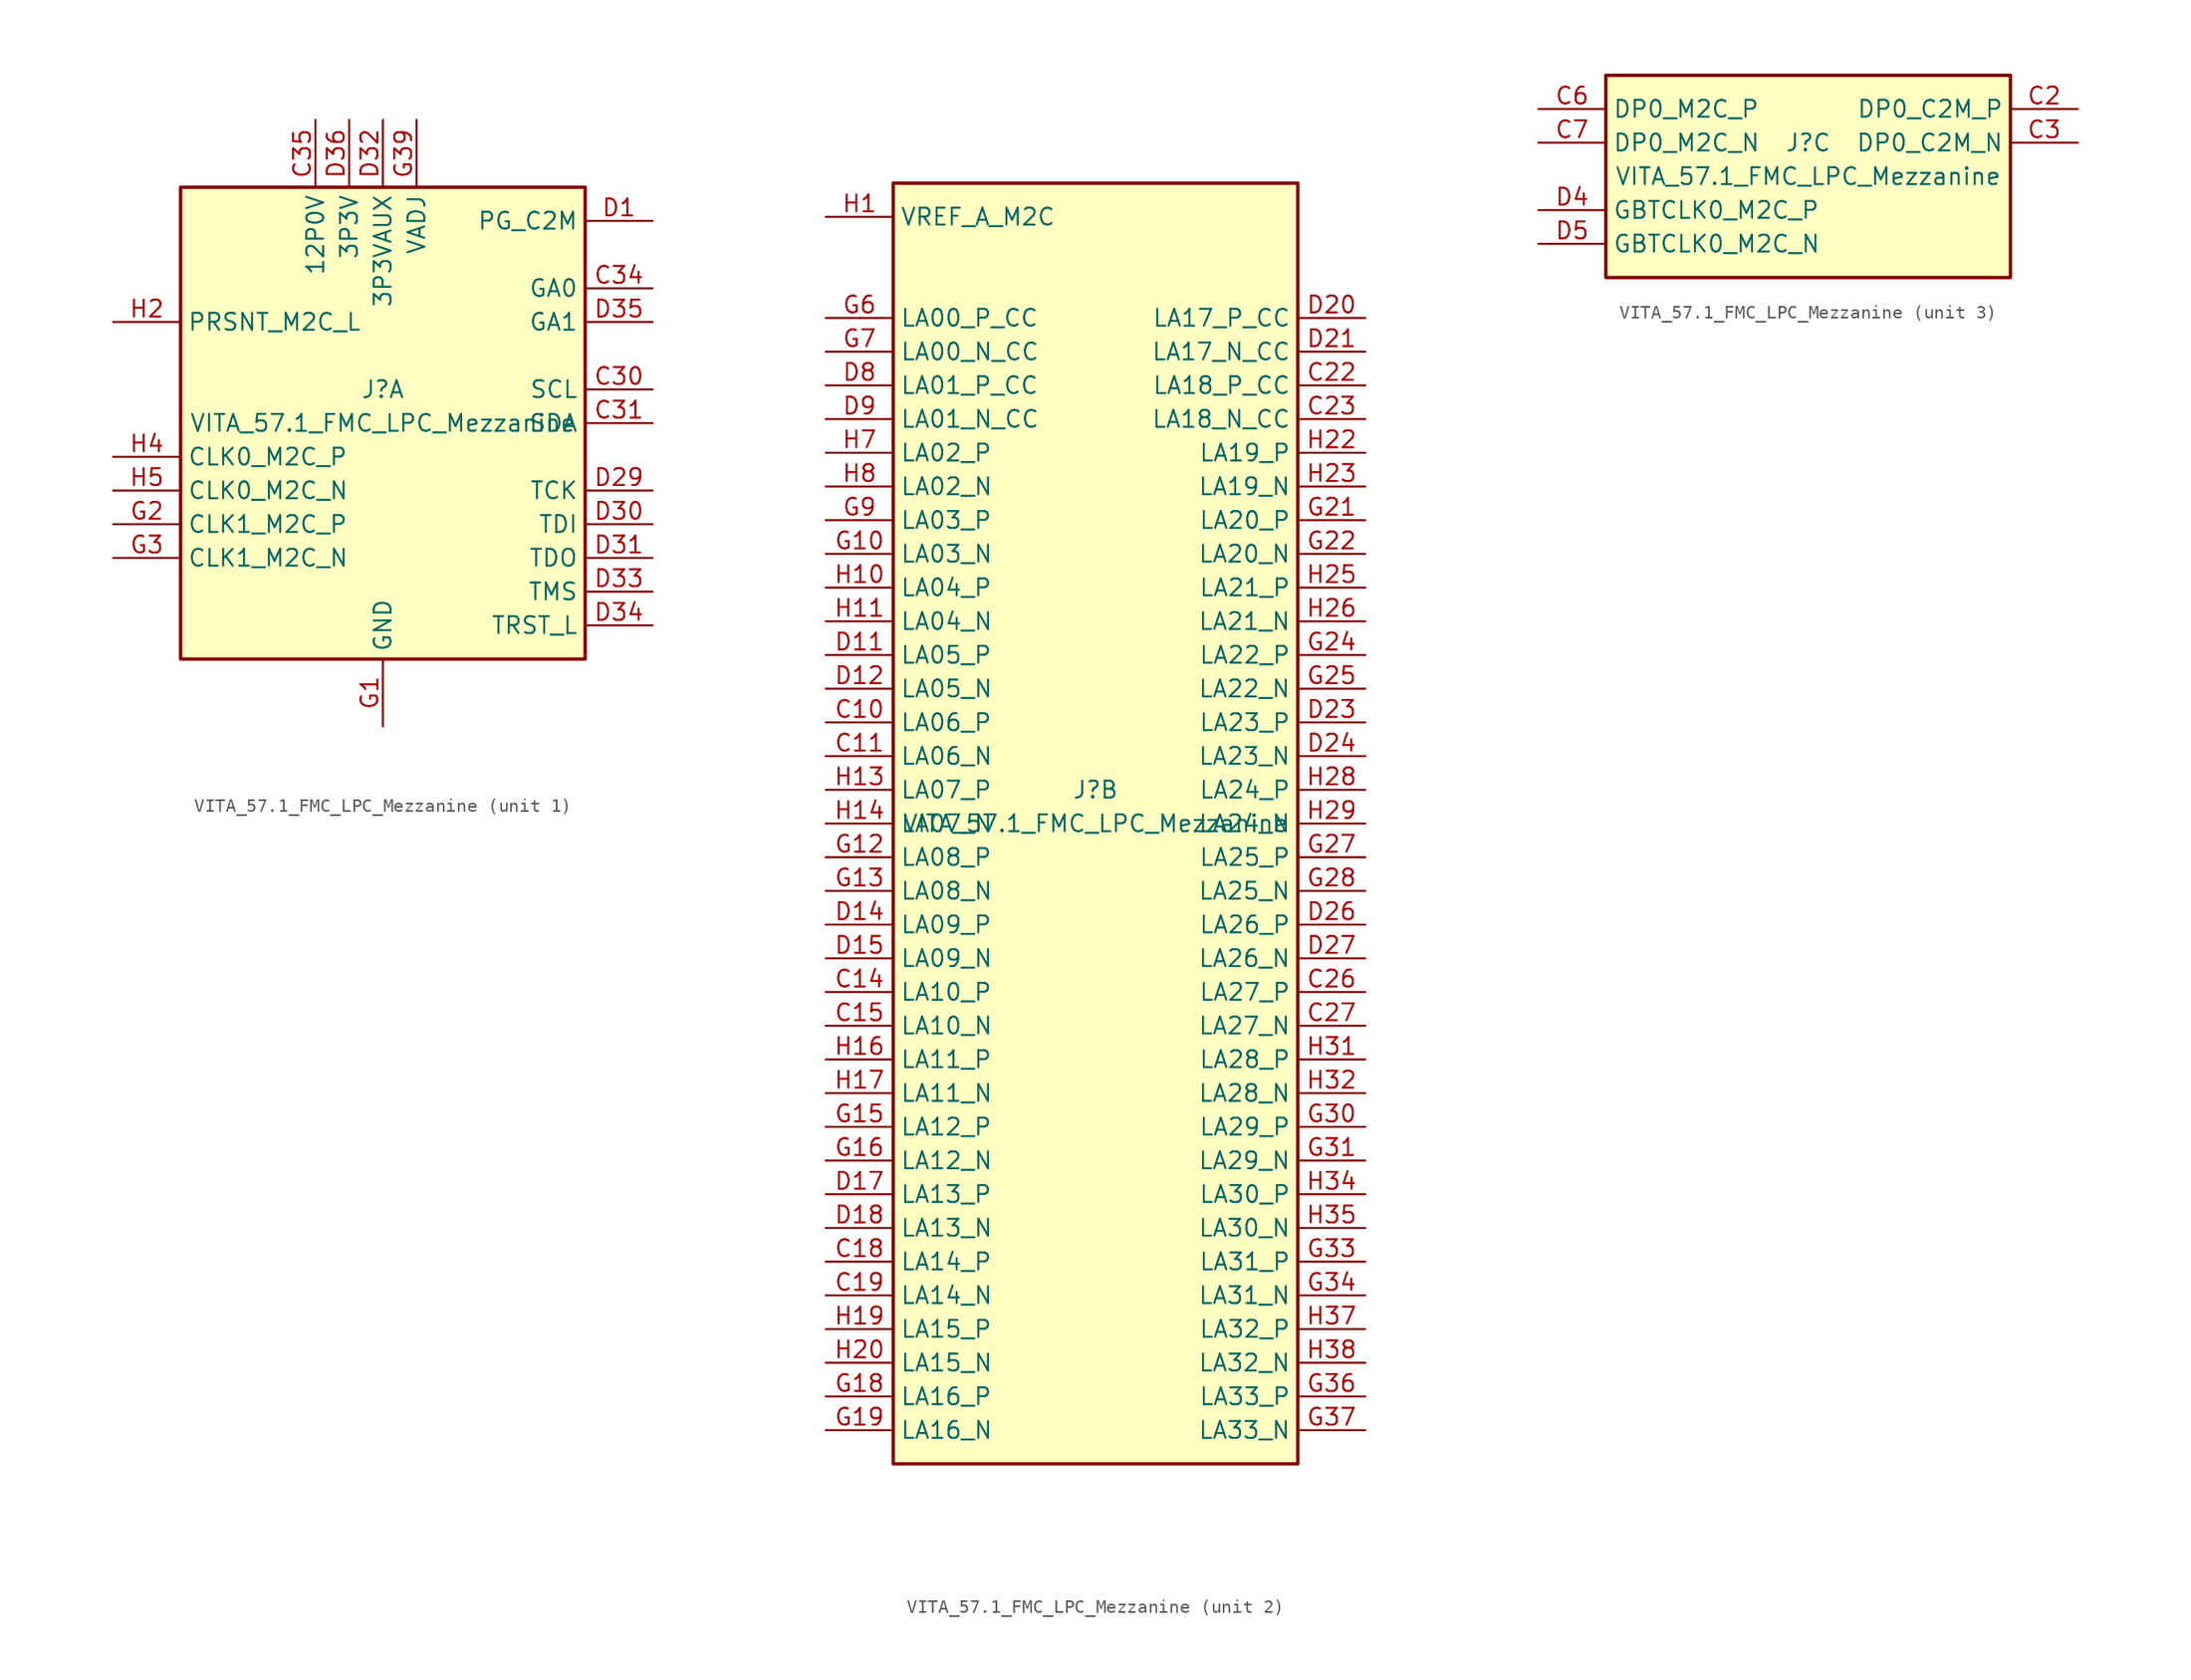
<source format=kicad_sym>
(kicad_symbol_lib
  (version 20231120)
  (generator "kicad_symbol_editor")
  (generator_version "8.0")
  (symbol "VITA_57.1_FMC_LPC_Mezzanine"
    (property "Reference" "J"
      (at 0 2.54 0)
      (effects (font (size 1.27 1.27))))
    (property "Value" "VITA_57.1_FMC_LPC_Mezzanine"
      (at 0 0 0)
      (effects (font (size 1.27 1.27))))
    (property "ki_locked" ""
      (at 0 0 0)
      (effects (font (size 1.27 1.27))))
    (symbol "VITA_57.1_FMC_LPC_Mezzanine_1_1"
      (rectangle (start -15.24 -17.78) (end 15.24 17.78) (stroke (width 0.254) (type solid)) (fill (type background)))
      (pin passive line (at 0 -22.86 90) (length 5.08) hide (name "GND" (effects (font (size 1.27 1.27)))) (number "C1" (effects (font (size 1.27 1.27)))))
      (pin passive line (at 0 -22.86 90) (length 5.08) hide (name "GND" (effects (font (size 1.27 1.27)))) (number "C12" (effects (font (size 1.27 1.27)))))
      (pin passive line (at 0 -22.86 90) (length 5.08) hide (name "GND" (effects (font (size 1.27 1.27)))) (number "C13" (effects (font (size 1.27 1.27)))))
      (pin passive line (at 0 -22.86 90) (length 5.08) hide (name "GND" (effects (font (size 1.27 1.27)))) (number "C16" (effects (font (size 1.27 1.27)))))
      (pin passive line (at 0 -22.86 90) (length 5.08) hide (name "GND" (effects (font (size 1.27 1.27)))) (number "C17" (effects (font (size 1.27 1.27)))))
      (pin passive line (at 0 -22.86 90) (length 5.08) hide (name "GND" (effects (font (size 1.27 1.27)))) (number "C20" (effects (font (size 1.27 1.27)))))
      (pin passive line (at 0 -22.86 90) (length 5.08) hide (name "GND" (effects (font (size 1.27 1.27)))) (number "C21" (effects (font (size 1.27 1.27)))))
      (pin passive line (at 0 -22.86 90) (length 5.08) hide (name "GND" (effects (font (size 1.27 1.27)))) (number "C24" (effects (font (size 1.27 1.27)))))
      (pin passive line (at 0 -22.86 90) (length 5.08) hide (name "GND" (effects (font (size 1.27 1.27)))) (number "C25" (effects (font (size 1.27 1.27)))))
      (pin passive line (at 0 -22.86 90) (length 5.08) hide (name "GND" (effects (font (size 1.27 1.27)))) (number "C28" (effects (font (size 1.27 1.27)))))
      (pin passive line (at 0 -22.86 90) (length 5.08) hide (name "GND" (effects (font (size 1.27 1.27)))) (number "C29" (effects (font (size 1.27 1.27)))))
      (pin bidirectional line (at 20.32 2.54 180) (length 5.08) (name "SCL" (effects (font (size 1.27 1.27)))) (number "C30" (effects (font (size 1.27 1.27)))))
      (pin bidirectional line (at 20.32 0 180) (length 5.08) (name "SDA" (effects (font (size 1.27 1.27)))) (number "C31" (effects (font (size 1.27 1.27)))))
      (pin passive line (at 0 -22.86 90) (length 5.08) hide (name "GND" (effects (font (size 1.27 1.27)))) (number "C32" (effects (font (size 1.27 1.27)))))
      (pin passive line (at 0 -22.86 90) (length 5.08) hide (name "GND" (effects (font (size 1.27 1.27)))) (number "C33" (effects (font (size 1.27 1.27)))))
      (pin output line (at 20.32 10.16 180) (length 5.08) (name "GA0" (effects (font (size 1.27 1.27)))) (number "C34" (effects (font (size 1.27 1.27)))))
      (pin power_out line (at -5.08 22.86 270) (length 5.08) (name "12P0V" (effects (font (size 1.27 1.27)))) (number "C35" (effects (font (size 1.27 1.27)))))
      (pin passive line (at 0 -22.86 90) (length 5.08) hide (name "GND" (effects (font (size 1.27 1.27)))) (number "C36" (effects (font (size 1.27 1.27)))))
      (pin passive line (at -5.08 22.86 270) (length 5.08) hide (name "12P0V" (effects (font (size 1.27 1.27)))) (number "C37" (effects (font (size 1.27 1.27)))))
      (pin passive line (at 0 -22.86 90) (length 5.08) hide (name "GND" (effects (font (size 1.27 1.27)))) (number "C38" (effects (font (size 1.27 1.27)))))
      (pin passive line (at -2.54 22.86 270) (length 5.08) hide (name "3P3V" (effects (font (size 1.27 1.27)))) (number "C39" (effects (font (size 1.27 1.27)))))
      (pin passive line (at 0 -22.86 90) (length 5.08) hide (name "GND" (effects (font (size 1.27 1.27)))) (number "C4" (effects (font (size 1.27 1.27)))))
      (pin passive line (at 0 -22.86 90) (length 5.08) hide (name "GND" (effects (font (size 1.27 1.27)))) (number "C40" (effects (font (size 1.27 1.27)))))
      (pin passive line (at 0 -22.86 90) (length 5.08) hide (name "GND" (effects (font (size 1.27 1.27)))) (number "C5" (effects (font (size 1.27 1.27)))))
      (pin passive line (at 0 -22.86 90) (length 5.08) hide (name "GND" (effects (font (size 1.27 1.27)))) (number "C8" (effects (font (size 1.27 1.27)))))
      (pin passive line (at 0 -22.86 90) (length 5.08) hide (name "GND" (effects (font (size 1.27 1.27)))) (number "C9" (effects (font (size 1.27 1.27)))))
      (pin output line (at 20.32 15.24 180) (length 5.08) (name "PG_C2M" (effects (font (size 1.27 1.27)))) (number "D1" (effects (font (size 1.27 1.27)))))
      (pin passive line (at 0 -22.86 90) (length 5.08) hide (name "GND" (effects (font (size 1.27 1.27)))) (number "D10" (effects (font (size 1.27 1.27)))))
      (pin passive line (at 0 -22.86 90) (length 5.08) hide (name "GND" (effects (font (size 1.27 1.27)))) (number "D13" (effects (font (size 1.27 1.27)))))
      (pin passive line (at 0 -22.86 90) (length 5.08) hide (name "GND" (effects (font (size 1.27 1.27)))) (number "D16" (effects (font (size 1.27 1.27)))))
      (pin passive line (at 0 -22.86 90) (length 5.08) hide (name "GND" (effects (font (size 1.27 1.27)))) (number "D19" (effects (font (size 1.27 1.27)))))
      (pin passive line (at 0 -22.86 90) (length 5.08) hide (name "GND" (effects (font (size 1.27 1.27)))) (number "D2" (effects (font (size 1.27 1.27)))))
      (pin passive line (at 0 -22.86 90) (length 5.08) hide (name "GND" (effects (font (size 1.27 1.27)))) (number "D22" (effects (font (size 1.27 1.27)))))
      (pin passive line (at 0 -22.86 90) (length 5.08) hide (name "GND" (effects (font (size 1.27 1.27)))) (number "D25" (effects (font (size 1.27 1.27)))))
      (pin passive line (at 0 -22.86 90) (length 5.08) hide (name "GND" (effects (font (size 1.27 1.27)))) (number "D28" (effects (font (size 1.27 1.27)))))
      (pin output line (at 20.32 -5.08 180) (length 5.08) (name "TCK" (effects (font (size 1.27 1.27)))) (number "D29" (effects (font (size 1.27 1.27)))))
      (pin passive line (at 0 -22.86 90) (length 5.08) hide (name "GND" (effects (font (size 1.27 1.27)))) (number "D3" (effects (font (size 1.27 1.27)))))
      (pin output line (at 20.32 -7.62 180) (length 5.08) (name "TDI" (effects (font (size 1.27 1.27)))) (number "D30" (effects (font (size 1.27 1.27)))))
      (pin input line (at 20.32 -10.16 180) (length 5.08) (name "TDO" (effects (font (size 1.27 1.27)))) (number "D31" (effects (font (size 1.27 1.27)))))
      (pin power_out line (at 0 22.86 270) (length 5.08) (name "3P3VAUX" (effects (font (size 1.27 1.27)))) (number "D32" (effects (font (size 1.27 1.27)))))
      (pin output line (at 20.32 -12.7 180) (length 5.08) (name "TMS" (effects (font (size 1.27 1.27)))) (number "D33" (effects (font (size 1.27 1.27)))))
      (pin output line (at 20.32 -15.24 180) (length 5.08) (name "TRST_L" (effects (font (size 1.27 1.27)))) (number "D34" (effects (font (size 1.27 1.27)))))
      (pin output line (at 20.32 7.62 180) (length 5.08) (name "GA1" (effects (font (size 1.27 1.27)))) (number "D35" (effects (font (size 1.27 1.27)))))
      (pin power_out line (at -2.54 22.86 270) (length 5.08) (name "3P3V" (effects (font (size 1.27 1.27)))) (number "D36" (effects (font (size 1.27 1.27)))))
      (pin passive line (at 0 -22.86 90) (length 5.08) hide (name "GND" (effects (font (size 1.27 1.27)))) (number "D37" (effects (font (size 1.27 1.27)))))
      (pin passive line (at -2.54 22.86 270) (length 5.08) hide (name "3P3V" (effects (font (size 1.27 1.27)))) (number "D38" (effects (font (size 1.27 1.27)))))
      (pin passive line (at 0 -22.86 90) (length 5.08) hide (name "GND" (effects (font (size 1.27 1.27)))) (number "D39" (effects (font (size 1.27 1.27)))))
      (pin passive line (at -2.54 22.86 270) (length 5.08) hide (name "3P3V" (effects (font (size 1.27 1.27)))) (number "D40" (effects (font (size 1.27 1.27)))))
      (pin passive line (at 0 -22.86 90) (length 5.08) hide (name "GND" (effects (font (size 1.27 1.27)))) (number "D6" (effects (font (size 1.27 1.27)))))
      (pin passive line (at 0 -22.86 90) (length 5.08) hide (name "GND" (effects (font (size 1.27 1.27)))) (number "D7" (effects (font (size 1.27 1.27)))))
      (pin power_in line (at 0 -22.86 90) (length 5.08) (name "GND" (effects (font (size 1.27 1.27)))) (number "G1" (effects (font (size 1.27 1.27)))))
      (pin passive line (at 0 -22.86 90) (length 5.08) hide (name "GND" (effects (font (size 1.27 1.27)))) (number "G11" (effects (font (size 1.27 1.27)))))
      (pin passive line (at 0 -22.86 90) (length 5.08) hide (name "GND" (effects (font (size 1.27 1.27)))) (number "G14" (effects (font (size 1.27 1.27)))))
      (pin passive line (at 0 -22.86 90) (length 5.08) hide (name "GND" (effects (font (size 1.27 1.27)))) (number "G17" (effects (font (size 1.27 1.27)))))
      (pin input line (at -20.32 -7.62 0) (length 5.08) (name "CLK1_M2C_P" (effects (font (size 1.27 1.27)))) (number "G2" (effects (font (size 1.27 1.27)))))
      (pin passive line (at 0 -22.86 90) (length 5.08) hide (name "GND" (effects (font (size 1.27 1.27)))) (number "G20" (effects (font (size 1.27 1.27)))))
      (pin passive line (at 0 -22.86 90) (length 5.08) hide (name "GND" (effects (font (size 1.27 1.27)))) (number "G23" (effects (font (size 1.27 1.27)))))
      (pin passive line (at 0 -22.86 90) (length 5.08) hide (name "GND" (effects (font (size 1.27 1.27)))) (number "G26" (effects (font (size 1.27 1.27)))))
      (pin passive line (at 0 -22.86 90) (length 5.08) hide (name "GND" (effects (font (size 1.27 1.27)))) (number "G29" (effects (font (size 1.27 1.27)))))
      (pin input line (at -20.32 -10.16 0) (length 5.08) (name "CLK1_M2C_N" (effects (font (size 1.27 1.27)))) (number "G3" (effects (font (size 1.27 1.27)))))
      (pin passive line (at 0 -22.86 90) (length 5.08) hide (name "GND" (effects (font (size 1.27 1.27)))) (number "G32" (effects (font (size 1.27 1.27)))))
      (pin passive line (at 0 -22.86 90) (length 5.08) hide (name "GND" (effects (font (size 1.27 1.27)))) (number "G35" (effects (font (size 1.27 1.27)))))
      (pin passive line (at 0 -22.86 90) (length 5.08) hide (name "GND" (effects (font (size 1.27 1.27)))) (number "G38" (effects (font (size 1.27 1.27)))))
      (pin power_out line (at 2.54 22.86 270) (length 5.08) (name "VADJ" (effects (font (size 1.27 1.27)))) (number "G39" (effects (font (size 1.27 1.27)))))
      (pin passive line (at 0 -22.86 90) (length 5.08) hide (name "GND" (effects (font (size 1.27 1.27)))) (number "G4" (effects (font (size 1.27 1.27)))))
      (pin passive line (at 0 -22.86 90) (length 5.08) hide (name "GND" (effects (font (size 1.27 1.27)))) (number "G40" (effects (font (size 1.27 1.27)))))
      (pin passive line (at 0 -22.86 90) (length 5.08) hide (name "GND" (effects (font (size 1.27 1.27)))) (number "G5" (effects (font (size 1.27 1.27)))))
      (pin passive line (at 0 -22.86 90) (length 5.08) hide (name "GND" (effects (font (size 1.27 1.27)))) (number "G8" (effects (font (size 1.27 1.27)))))
      (pin passive line (at 0 -22.86 90) (length 5.08) hide (name "GND" (effects (font (size 1.27 1.27)))) (number "H12" (effects (font (size 1.27 1.27)))))
      (pin passive line (at 0 -22.86 90) (length 5.08) hide (name "GND" (effects (font (size 1.27 1.27)))) (number "H15" (effects (font (size 1.27 1.27)))))
      (pin passive line (at 0 -22.86 90) (length 5.08) hide (name "GND" (effects (font (size 1.27 1.27)))) (number "H18" (effects (font (size 1.27 1.27)))))
      (pin input line (at -20.32 7.62 0) (length 5.08) (name "PRSNT_M2C_L" (effects (font (size 1.27 1.27)))) (number "H2" (effects (font (size 1.27 1.27)))))
      (pin passive line (at 0 -22.86 90) (length 5.08) hide (name "GND" (effects (font (size 1.27 1.27)))) (number "H21" (effects (font (size 1.27 1.27)))))
      (pin passive line (at 0 -22.86 90) (length 5.08) hide (name "GND" (effects (font (size 1.27 1.27)))) (number "H24" (effects (font (size 1.27 1.27)))))
      (pin passive line (at 0 -22.86 90) (length 5.08) hide (name "GND" (effects (font (size 1.27 1.27)))) (number "H27" (effects (font (size 1.27 1.27)))))
      (pin passive line (at 0 -22.86 90) (length 5.08) hide (name "GND" (effects (font (size 1.27 1.27)))) (number "H3" (effects (font (size 1.27 1.27)))))
      (pin passive line (at 0 -22.86 90) (length 5.08) hide (name "GND" (effects (font (size 1.27 1.27)))) (number "H30" (effects (font (size 1.27 1.27)))))
      (pin passive line (at 0 -22.86 90) (length 5.08) hide (name "GND" (effects (font (size 1.27 1.27)))) (number "H33" (effects (font (size 1.27 1.27)))))
      (pin passive line (at 0 -22.86 90) (length 5.08) hide (name "GND" (effects (font (size 1.27 1.27)))) (number "H36" (effects (font (size 1.27 1.27)))))
      (pin passive line (at 0 -22.86 90) (length 5.08) hide (name "GND" (effects (font (size 1.27 1.27)))) (number "H39" (effects (font (size 1.27 1.27)))))
      (pin input line (at -20.32 -2.54 0) (length 5.08) (name "CLK0_M2C_P" (effects (font (size 1.27 1.27)))) (number "H4" (effects (font (size 1.27 1.27)))))
      (pin passive line (at 2.54 22.86 270) (length 5.08) hide (name "VADJ" (effects (font (size 1.27 1.27)))) (number "H40" (effects (font (size 1.27 1.27)))))
      (pin input line (at -20.32 -5.08 0) (length 5.08) (name "CLK0_M2C_N" (effects (font (size 1.27 1.27)))) (number "H5" (effects (font (size 1.27 1.27)))))
      (pin passive line (at 0 -22.86 90) (length 5.08) hide (name "GND" (effects (font (size 1.27 1.27)))) (number "H6" (effects (font (size 1.27 1.27)))))
      (pin passive line (at 0 -22.86 90) (length 5.08) hide (name "GND" (effects (font (size 1.27 1.27)))) (number "H9" (effects (font (size 1.27 1.27))))))
    (symbol "VITA_57.1_FMC_LPC_Mezzanine_2_1"
      (rectangle (start -15.24 -48.26) (end 15.24 48.26) (stroke (width 0.254) (type solid)) (fill (type background)))
      (pin bidirectional line (at -20.32 7.62 0) (length 5.08) (name "LA06_P" (effects (font (size 1.27 1.27)))) (number "C10" (effects (font (size 1.27 1.27)))))
      (pin bidirectional line (at -20.32 5.08 0) (length 5.08) (name "LA06_N" (effects (font (size 1.27 1.27)))) (number "C11" (effects (font (size 1.27 1.27)))))
      (pin bidirectional line (at -20.32 -12.7 0) (length 5.08) (name "LA10_P" (effects (font (size 1.27 1.27)))) (number "C14" (effects (font (size 1.27 1.27)))))
      (pin bidirectional line (at -20.32 -15.24 0) (length 5.08) (name "LA10_N" (effects (font (size 1.27 1.27)))) (number "C15" (effects (font (size 1.27 1.27)))))
      (pin bidirectional line (at -20.32 -33.02 0) (length 5.08) (name "LA14_P" (effects (font (size 1.27 1.27)))) (number "C18" (effects (font (size 1.27 1.27)))))
      (pin bidirectional line (at -20.32 -35.56 0) (length 5.08) (name "LA14_N" (effects (font (size 1.27 1.27)))) (number "C19" (effects (font (size 1.27 1.27)))))
      (pin bidirectional line (at 20.32 33.02 180) (length 5.08) (name "LA18_P_CC" (effects (font (size 1.27 1.27)))) (number "C22" (effects (font (size 1.27 1.27)))))
      (pin bidirectional line (at 20.32 30.48 180) (length 5.08) (name "LA18_N_CC" (effects (font (size 1.27 1.27)))) (number "C23" (effects (font (size 1.27 1.27)))))
      (pin bidirectional line (at 20.32 -12.7 180) (length 5.08) (name "LA27_P" (effects (font (size 1.27 1.27)))) (number "C26" (effects (font (size 1.27 1.27)))))
      (pin bidirectional line (at 20.32 -15.24 180) (length 5.08) (name "LA27_N" (effects (font (size 1.27 1.27)))) (number "C27" (effects (font (size 1.27 1.27)))))
      (pin bidirectional line (at -20.32 12.7 0) (length 5.08) (name "LA05_P" (effects (font (size 1.27 1.27)))) (number "D11" (effects (font (size 1.27 1.27)))))
      (pin bidirectional line (at -20.32 10.16 0) (length 5.08) (name "LA05_N" (effects (font (size 1.27 1.27)))) (number "D12" (effects (font (size 1.27 1.27)))))
      (pin bidirectional line (at -20.32 -7.62 0) (length 5.08) (name "LA09_P" (effects (font (size 1.27 1.27)))) (number "D14" (effects (font (size 1.27 1.27)))))
      (pin bidirectional line (at -20.32 -10.16 0) (length 5.08) (name "LA09_N" (effects (font (size 1.27 1.27)))) (number "D15" (effects (font (size 1.27 1.27)))))
      (pin bidirectional line (at -20.32 -27.94 0) (length 5.08) (name "LA13_P" (effects (font (size 1.27 1.27)))) (number "D17" (effects (font (size 1.27 1.27)))))
      (pin bidirectional line (at -20.32 -30.48 0) (length 5.08) (name "LA13_N" (effects (font (size 1.27 1.27)))) (number "D18" (effects (font (size 1.27 1.27)))))
      (pin bidirectional line (at 20.32 38.1 180) (length 5.08) (name "LA17_P_CC" (effects (font (size 1.27 1.27)))) (number "D20" (effects (font (size 1.27 1.27)))))
      (pin bidirectional line (at 20.32 35.56 180) (length 5.08) (name "LA17_N_CC" (effects (font (size 1.27 1.27)))) (number "D21" (effects (font (size 1.27 1.27)))))
      (pin bidirectional line (at 20.32 7.62 180) (length 5.08) (name "LA23_P" (effects (font (size 1.27 1.27)))) (number "D23" (effects (font (size 1.27 1.27)))))
      (pin bidirectional line (at 20.32 5.08 180) (length 5.08) (name "LA23_N" (effects (font (size 1.27 1.27)))) (number "D24" (effects (font (size 1.27 1.27)))))
      (pin bidirectional line (at 20.32 -7.62 180) (length 5.08) (name "LA26_P" (effects (font (size 1.27 1.27)))) (number "D26" (effects (font (size 1.27 1.27)))))
      (pin bidirectional line (at 20.32 -10.16 180) (length 5.08) (name "LA26_N" (effects (font (size 1.27 1.27)))) (number "D27" (effects (font (size 1.27 1.27)))))
      (pin bidirectional line (at -20.32 33.02 0) (length 5.08) (name "LA01_P_CC" (effects (font (size 1.27 1.27)))) (number "D8" (effects (font (size 1.27 1.27)))))
      (pin bidirectional line (at -20.32 30.48 0) (length 5.08) (name "LA01_N_CC" (effects (font (size 1.27 1.27)))) (number "D9" (effects (font (size 1.27 1.27)))))
      (pin bidirectional line (at -20.32 20.32 0) (length 5.08) (name "LA03_N" (effects (font (size 1.27 1.27)))) (number "G10" (effects (font (size 1.27 1.27)))))
      (pin bidirectional line (at -20.32 -2.54 0) (length 5.08) (name "LA08_P" (effects (font (size 1.27 1.27)))) (number "G12" (effects (font (size 1.27 1.27)))))
      (pin bidirectional line (at -20.32 -5.08 0) (length 5.08) (name "LA08_N" (effects (font (size 1.27 1.27)))) (number "G13" (effects (font (size 1.27 1.27)))))
      (pin bidirectional line (at -20.32 -22.86 0) (length 5.08) (name "LA12_P" (effects (font (size 1.27 1.27)))) (number "G15" (effects (font (size 1.27 1.27)))))
      (pin bidirectional line (at -20.32 -25.4 0) (length 5.08) (name "LA12_N" (effects (font (size 1.27 1.27)))) (number "G16" (effects (font (size 1.27 1.27)))))
      (pin bidirectional line (at -20.32 -43.18 0) (length 5.08) (name "LA16_P" (effects (font (size 1.27 1.27)))) (number "G18" (effects (font (size 1.27 1.27)))))
      (pin bidirectional line (at -20.32 -45.72 0) (length 5.08) (name "LA16_N" (effects (font (size 1.27 1.27)))) (number "G19" (effects (font (size 1.27 1.27)))))
      (pin bidirectional line (at 20.32 22.86 180) (length 5.08) (name "LA20_P" (effects (font (size 1.27 1.27)))) (number "G21" (effects (font (size 1.27 1.27)))))
      (pin bidirectional line (at 20.32 20.32 180) (length 5.08) (name "LA20_N" (effects (font (size 1.27 1.27)))) (number "G22" (effects (font (size 1.27 1.27)))))
      (pin bidirectional line (at 20.32 12.7 180) (length 5.08) (name "LA22_P" (effects (font (size 1.27 1.27)))) (number "G24" (effects (font (size 1.27 1.27)))))
      (pin bidirectional line (at 20.32 10.16 180) (length 5.08) (name "LA22_N" (effects (font (size 1.27 1.27)))) (number "G25" (effects (font (size 1.27 1.27)))))
      (pin bidirectional line (at 20.32 -2.54 180) (length 5.08) (name "LA25_P" (effects (font (size 1.27 1.27)))) (number "G27" (effects (font (size 1.27 1.27)))))
      (pin bidirectional line (at 20.32 -5.08 180) (length 5.08) (name "LA25_N" (effects (font (size 1.27 1.27)))) (number "G28" (effects (font (size 1.27 1.27)))))
      (pin bidirectional line (at 20.32 -22.86 180) (length 5.08) (name "LA29_P" (effects (font (size 1.27 1.27)))) (number "G30" (effects (font (size 1.27 1.27)))))
      (pin bidirectional line (at 20.32 -25.4 180) (length 5.08) (name "LA29_N" (effects (font (size 1.27 1.27)))) (number "G31" (effects (font (size 1.27 1.27)))))
      (pin bidirectional line (at 20.32 -33.02 180) (length 5.08) (name "LA31_P" (effects (font (size 1.27 1.27)))) (number "G33" (effects (font (size 1.27 1.27)))))
      (pin bidirectional line (at 20.32 -35.56 180) (length 5.08) (name "LA31_N" (effects (font (size 1.27 1.27)))) (number "G34" (effects (font (size 1.27 1.27)))))
      (pin bidirectional line (at 20.32 -43.18 180) (length 5.08) (name "LA33_P" (effects (font (size 1.27 1.27)))) (number "G36" (effects (font (size 1.27 1.27)))))
      (pin bidirectional line (at 20.32 -45.72 180) (length 5.08) (name "LA33_N" (effects (font (size 1.27 1.27)))) (number "G37" (effects (font (size 1.27 1.27)))))
      (pin bidirectional line (at -20.32 38.1 0) (length 5.08) (name "LA00_P_CC" (effects (font (size 1.27 1.27)))) (number "G6" (effects (font (size 1.27 1.27)))))
      (pin bidirectional line (at -20.32 35.56 0) (length 5.08) (name "LA00_N_CC" (effects (font (size 1.27 1.27)))) (number "G7" (effects (font (size 1.27 1.27)))))
      (pin bidirectional line (at -20.32 22.86 0) (length 5.08) (name "LA03_P" (effects (font (size 1.27 1.27)))) (number "G9" (effects (font (size 1.27 1.27)))))
      (pin power_in line (at -20.32 45.72 0) (length 5.08) (name "VREF_A_M2C" (effects (font (size 1.27 1.27)))) (number "H1" (effects (font (size 1.27 1.27)))))
      (pin bidirectional line (at -20.32 17.78 0) (length 5.08) (name "LA04_P" (effects (font (size 1.27 1.27)))) (number "H10" (effects (font (size 1.27 1.27)))))
      (pin bidirectional line (at -20.32 15.24 0) (length 5.08) (name "LA04_N" (effects (font (size 1.27 1.27)))) (number "H11" (effects (font (size 1.27 1.27)))))
      (pin bidirectional line (at -20.32 2.54 0) (length 5.08) (name "LA07_P" (effects (font (size 1.27 1.27)))) (number "H13" (effects (font (size 1.27 1.27)))))
      (pin bidirectional line (at -20.32 0 0) (length 5.08) (name "LA07_N" (effects (font (size 1.27 1.27)))) (number "H14" (effects (font (size 1.27 1.27)))))
      (pin bidirectional line (at -20.32 -17.78 0) (length 5.08) (name "LA11_P" (effects (font (size 1.27 1.27)))) (number "H16" (effects (font (size 1.27 1.27)))))
      (pin bidirectional line (at -20.32 -20.32 0) (length 5.08) (name "LA11_N" (effects (font (size 1.27 1.27)))) (number "H17" (effects (font (size 1.27 1.27)))))
      (pin bidirectional line (at -20.32 -38.1 0) (length 5.08) (name "LA15_P" (effects (font (size 1.27 1.27)))) (number "H19" (effects (font (size 1.27 1.27)))))
      (pin bidirectional line (at -20.32 -40.64 0) (length 5.08) (name "LA15_N" (effects (font (size 1.27 1.27)))) (number "H20" (effects (font (size 1.27 1.27)))))
      (pin bidirectional line (at 20.32 27.94 180) (length 5.08) (name "LA19_P" (effects (font (size 1.27 1.27)))) (number "H22" (effects (font (size 1.27 1.27)))))
      (pin bidirectional line (at 20.32 25.4 180) (length 5.08) (name "LA19_N" (effects (font (size 1.27 1.27)))) (number "H23" (effects (font (size 1.27 1.27)))))
      (pin bidirectional line (at 20.32 17.78 180) (length 5.08) (name "LA21_P" (effects (font (size 1.27 1.27)))) (number "H25" (effects (font (size 1.27 1.27)))))
      (pin bidirectional line (at 20.32 15.24 180) (length 5.08) (name "LA21_N" (effects (font (size 1.27 1.27)))) (number "H26" (effects (font (size 1.27 1.27)))))
      (pin bidirectional line (at 20.32 2.54 180) (length 5.08) (name "LA24_P" (effects (font (size 1.27 1.27)))) (number "H28" (effects (font (size 1.27 1.27)))))
      (pin bidirectional line (at 20.32 0 180) (length 5.08) (name "LA24_N" (effects (font (size 1.27 1.27)))) (number "H29" (effects (font (size 1.27 1.27)))))
      (pin bidirectional line (at 20.32 -17.78 180) (length 5.08) (name "LA28_P" (effects (font (size 1.27 1.27)))) (number "H31" (effects (font (size 1.27 1.27)))))
      (pin bidirectional line (at 20.32 -20.32 180) (length 5.08) (name "LA28_N" (effects (font (size 1.27 1.27)))) (number "H32" (effects (font (size 1.27 1.27)))))
      (pin bidirectional line (at 20.32 -27.94 180) (length 5.08) (name "LA30_P" (effects (font (size 1.27 1.27)))) (number "H34" (effects (font (size 1.27 1.27)))))
      (pin bidirectional line (at 20.32 -30.48 180) (length 5.08) (name "LA30_N" (effects (font (size 1.27 1.27)))) (number "H35" (effects (font (size 1.27 1.27)))))
      (pin bidirectional line (at 20.32 -38.1 180) (length 5.08) (name "LA32_P" (effects (font (size 1.27 1.27)))) (number "H37" (effects (font (size 1.27 1.27)))))
      (pin bidirectional line (at 20.32 -40.64 180) (length 5.08) (name "LA32_N" (effects (font (size 1.27 1.27)))) (number "H38" (effects (font (size 1.27 1.27)))))
      (pin bidirectional line (at -20.32 27.94 0) (length 5.08) (name "LA02_P" (effects (font (size 1.27 1.27)))) (number "H7" (effects (font (size 1.27 1.27)))))
      (pin bidirectional line (at -20.32 25.4 0) (length 5.08) (name "LA02_N" (effects (font (size 1.27 1.27)))) (number "H8" (effects (font (size 1.27 1.27))))))
    (symbol "VITA_57.1_FMC_LPC_Mezzanine_3_1"
      (rectangle (start -15.24 -7.62) (end 15.24 7.62) (stroke (width 0.254) (type solid)) (fill (type background)))
      (pin output line (at 20.32 5.08 180) (length 5.08) (name "DP0_C2M_P" (effects (font (size 1.27 1.27)))) (number "C2" (effects (font (size 1.27 1.27)))))
      (pin output line (at 20.32 2.54 180) (length 5.08) (name "DP0_C2M_N" (effects (font (size 1.27 1.27)))) (number "C3" (effects (font (size 1.27 1.27)))))
      (pin input line (at -20.32 5.08 0) (length 5.08) (name "DP0_M2C_P" (effects (font (size 1.27 1.27)))) (number "C6" (effects (font (size 1.27 1.27)))))
      (pin input line (at -20.32 2.54 0) (length 5.08) (name "DP0_M2C_N" (effects (font (size 1.27 1.27)))) (number "C7" (effects (font (size 1.27 1.27)))))
      (pin input line (at -20.32 -2.54 0) (length 5.08) (name "GBTCLK0_M2C_P" (effects (font (size 1.27 1.27)))) (number "D4" (effects (font (size 1.27 1.27)))))
      (pin input line (at -20.32 -5.08 0) (length 5.08) (name "GBTCLK0_M2C_N" (effects (font (size 1.27 1.27)))) (number "D5" (effects (font (size 1.27 1.27))))))))
</source>
